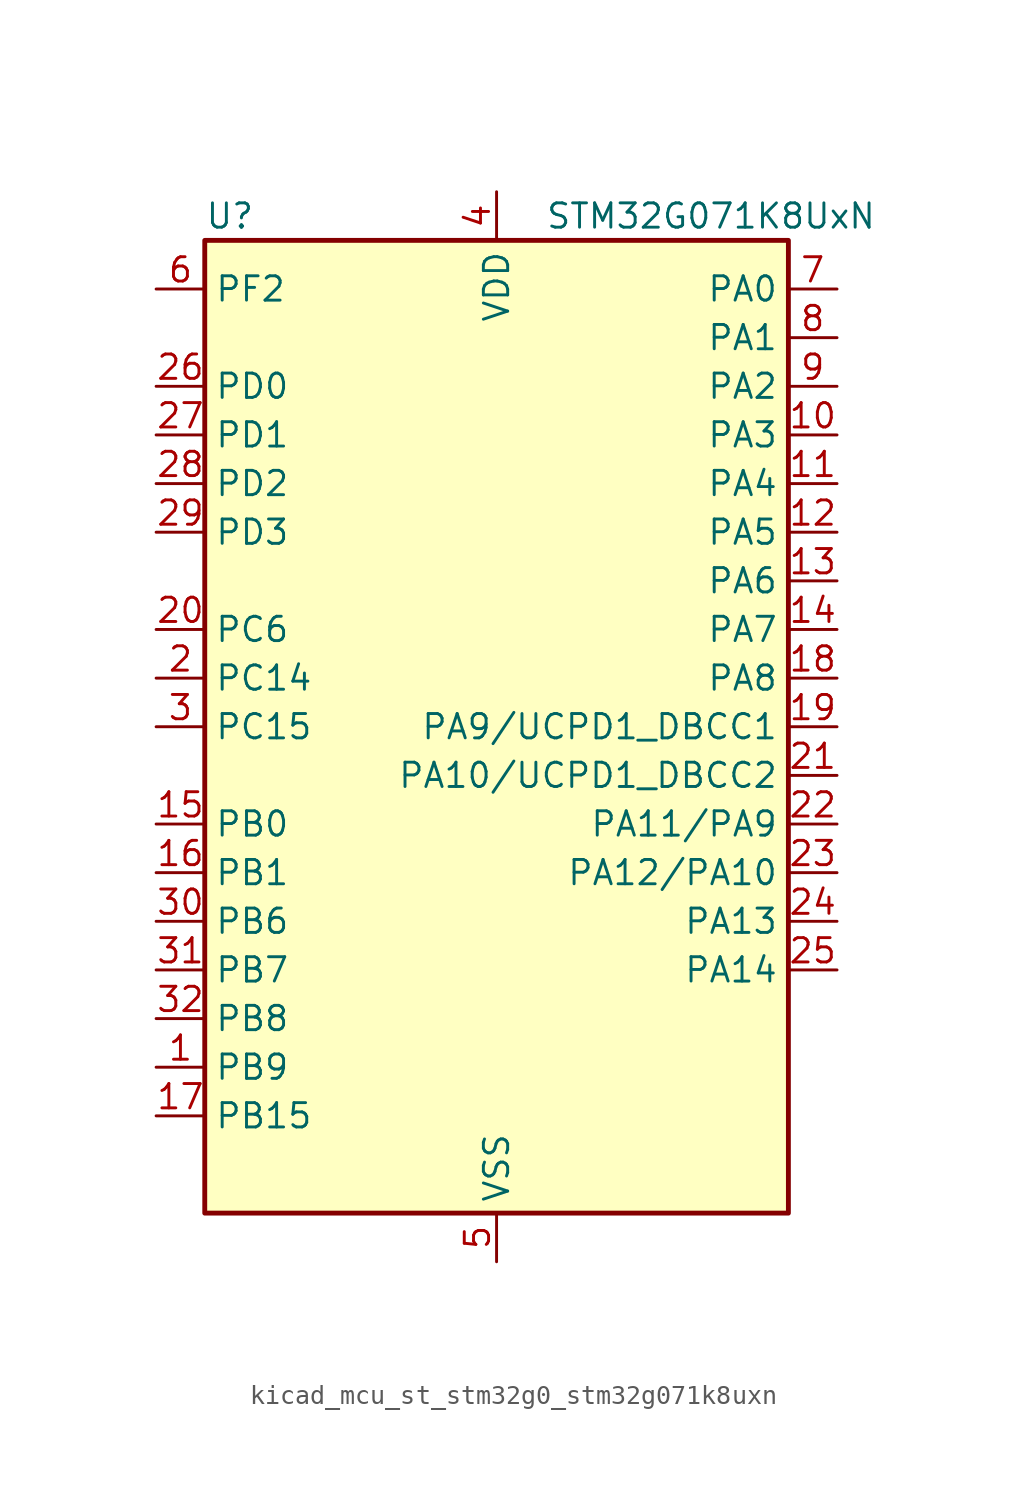
<source format=kicad_sym>
(kicad_symbol_lib
  (version 20220914)
  (generator kicad_symbol_editor)
  (symbol "kicad_mcu_st_stm32g0_stm32g071k8uxn"
    (property "Reference" "U"
      (at -15.24 26.67 0)
      (effects (font (size 1.27 1.27)) (justify left)))
    (property "Value" "STM32G071K8UxN"
      (at 2.54 26.67 0)
      (effects (font (size 1.27 1.27)) (justify left)))
    (property "ki_locked" ""
      (at 0 0 0)
      (effects (font (size 1.27 1.27))))
    (symbol "kicad_mcu_st_stm32g0_stm32g071k8uxn_0_1"
      (rectangle (start -15.24 -25.4) (end 15.24 25.4) (stroke (width 0.254) (type default)) (fill (type background))))
    (symbol "kicad_mcu_st_stm32g0_stm32g071k8uxn_1_1"
      (pin bidirectional line (at -17.78 -17.78 0) (length 2.54) (name "PB9" (effects (font (size 1.27 1.27)))) (number "1" (effects (font (size 1.27 1.27)))) (alternate "DAC1_EXTI9" bidirectional line) (alternate "I2C1_SDA" bidirectional line) (alternate "IR_OUT" bidirectional line) (alternate "SPI2_NSS" bidirectional line) (alternate "TIM17_CH1" bidirectional line) (alternate "UCPD2_FRSTX1" bidirectional line) (alternate "UCPD2_FRSTX2" bidirectional line) (alternate "USART3_RX" bidirectional line))
      (pin bidirectional line (at 17.78 15.24 180) (length 2.54) (name "PA3" (effects (font (size 1.27 1.27)))) (number "10" (effects (font (size 1.27 1.27)))) (alternate "ADC1_IN3" bidirectional line) (alternate "COMP2_INP" bidirectional line) (alternate "LPUART1_RX" bidirectional line) (alternate "SPI2_MISO" bidirectional line) (alternate "TIM15_CH2" bidirectional line) (alternate "TIM2_CH4" bidirectional line) (alternate "UCPD2_FRSTX1" bidirectional line) (alternate "UCPD2_FRSTX2" bidirectional line) (alternate "USART2_RX" bidirectional line))
      (pin bidirectional line (at 17.78 12.7 180) (length 2.54) (name "PA4" (effects (font (size 1.27 1.27)))) (number "11" (effects (font (size 1.27 1.27)))) (alternate "ADC1_IN4" bidirectional line) (alternate "DAC1_OUT1" bidirectional line) (alternate "I2S1_WS" bidirectional line) (alternate "LPTIM2_OUT" bidirectional line) (alternate "RTC_OUT_ALARM" bidirectional line) (alternate "RTC_OUT_CALIB" bidirectional line) (alternate "RTC_TAMP_IN1" bidirectional line) (alternate "RTC_TS" bidirectional line) (alternate "SPI1_NSS" bidirectional line) (alternate "SPI2_MOSI" bidirectional line) (alternate "SYS_WKUP2" bidirectional line) (alternate "TIM14_CH1" bidirectional line) (alternate "UCPD2_FRSTX1" bidirectional line) (alternate "UCPD2_FRSTX2" bidirectional line))
      (pin bidirectional line (at 17.78 10.16 180) (length 2.54) (name "PA5" (effects (font (size 1.27 1.27)))) (number "12" (effects (font (size 1.27 1.27)))) (alternate "ADC1_IN5" bidirectional line) (alternate "CEC" bidirectional line) (alternate "DAC1_OUT2" bidirectional line) (alternate "I2S1_CK" bidirectional line) (alternate "LPTIM2_ETR" bidirectional line) (alternate "SPI1_SCK" bidirectional line) (alternate "TIM2_CH1" bidirectional line) (alternate "TIM2_ETR" bidirectional line) (alternate "UCPD1_FRSTX1" bidirectional line) (alternate "UCPD1_FRSTX2" bidirectional line) (alternate "USART3_TX" bidirectional line))
      (pin bidirectional line (at 17.78 7.62 180) (length 2.54) (name "PA6" (effects (font (size 1.27 1.27)))) (number "13" (effects (font (size 1.27 1.27)))) (alternate "ADC1_IN6" bidirectional line) (alternate "COMP1_OUT" bidirectional line) (alternate "I2S1_MCK" bidirectional line) (alternate "LPUART1_CTS" bidirectional line) (alternate "SPI1_MISO" bidirectional line) (alternate "TIM16_CH1" bidirectional line) (alternate "TIM1_BK" bidirectional line) (alternate "TIM3_CH1" bidirectional line) (alternate "USART3_CTS" bidirectional line) (alternate "USART3_NSS" bidirectional line))
      (pin bidirectional line (at 17.78 5.08 180) (length 2.54) (name "PA7" (effects (font (size 1.27 1.27)))) (number "14" (effects (font (size 1.27 1.27)))) (alternate "ADC1_IN7" bidirectional line) (alternate "COMP2_OUT" bidirectional line) (alternate "I2S1_SD" bidirectional line) (alternate "SPI1_MOSI" bidirectional line) (alternate "TIM14_CH1" bidirectional line) (alternate "TIM17_CH1" bidirectional line) (alternate "TIM1_CH1N" bidirectional line) (alternate "TIM3_CH2" bidirectional line) (alternate "UCPD1_FRSTX1" bidirectional line) (alternate "UCPD1_FRSTX2" bidirectional line))
      (pin bidirectional line (at -17.78 -5.08 0) (length 2.54) (name "PB0" (effects (font (size 1.27 1.27)))) (number "15" (effects (font (size 1.27 1.27)))) (alternate "ADC1_IN8" bidirectional line) (alternate "COMP1_OUT" bidirectional line) (alternate "I2S1_WS" bidirectional line) (alternate "LPTIM1_OUT" bidirectional line) (alternate "SPI1_NSS" bidirectional line) (alternate "TIM1_CH2N" bidirectional line) (alternate "TIM3_CH3" bidirectional line) (alternate "UCPD1_FRSTX1" bidirectional line) (alternate "UCPD1_FRSTX2" bidirectional line) (alternate "USART3_RX" bidirectional line))
      (pin bidirectional line (at -17.78 -7.62 0) (length 2.54) (name "PB1" (effects (font (size 1.27 1.27)))) (number "16" (effects (font (size 1.27 1.27)))) (alternate "ADC1_IN9" bidirectional line) (alternate "COMP1_INM" bidirectional line) (alternate "LPTIM2_IN1" bidirectional line) (alternate "LPUART1_DE" bidirectional line) (alternate "LPUART1_RTS" bidirectional line) (alternate "TIM14_CH1" bidirectional line) (alternate "TIM1_CH3N" bidirectional line) (alternate "TIM3_CH4" bidirectional line) (alternate "USART3_CK" bidirectional line) (alternate "USART3_DE" bidirectional line) (alternate "USART3_RTS" bidirectional line))
      (pin bidirectional line (at -17.78 -20.32 0) (length 2.54) (name "PB15" (effects (font (size 1.27 1.27)))) (number "17" (effects (font (size 1.27 1.27)))) (alternate "RTC_REFIN" bidirectional line) (alternate "SPI2_MOSI" bidirectional line) (alternate "TIM15_CH1N" bidirectional line) (alternate "TIM15_CH2" bidirectional line) (alternate "TIM1_CH3N" bidirectional line) (alternate "UCPD1_CC2" bidirectional line))
      (pin bidirectional line (at 17.78 2.54 180) (length 2.54) (name "PA8" (effects (font (size 1.27 1.27)))) (number "18" (effects (font (size 1.27 1.27)))) (alternate "LPTIM2_OUT" bidirectional line) (alternate "RCC_MCO" bidirectional line) (alternate "SPI2_NSS" bidirectional line) (alternate "TIM1_CH1" bidirectional line) (alternate "UCPD1_CC1" bidirectional line))
      (pin bidirectional line (at 17.78 0 180) (length 2.54) (name "PA9/UCPD1_DBCC1" (effects (font (size 1.27 1.27)))) (number "19" (effects (font (size 1.27 1.27)))) (alternate "DAC1_EXTI9" bidirectional line) (alternate "I2C1_SCL" bidirectional line) (alternate "RCC_MCO" bidirectional line) (alternate "SPI2_MISO" bidirectional line) (alternate "TIM15_BK" bidirectional line) (alternate "TIM1_CH2" bidirectional line) (alternate "UCPD1_DBCC1" bidirectional line) (alternate "USART1_TX" bidirectional line))
      (pin bidirectional line (at -17.78 2.54 0) (length 2.54) (name "PC14" (effects (font (size 1.27 1.27)))) (number "2" (effects (font (size 1.27 1.27)))) (alternate "RCC_OSC32_IN" bidirectional line) (alternate "RCC_OSC_IN" bidirectional line) (alternate "TIM1_BK2" bidirectional line))
      (pin bidirectional line (at -17.78 5.08 0) (length 2.54) (name "PC6" (effects (font (size 1.27 1.27)))) (number "20" (effects (font (size 1.27 1.27)))) (alternate "TIM2_CH3" bidirectional line) (alternate "TIM3_CH1" bidirectional line) (alternate "UCPD1_FRSTX1" bidirectional line) (alternate "UCPD1_FRSTX2" bidirectional line))
      (pin bidirectional line (at 17.78 -2.54 180) (length 2.54) (name "PA10/UCPD1_DBCC2" (effects (font (size 1.27 1.27)))) (number "21" (effects (font (size 1.27 1.27)))) (alternate "I2C1_SDA" bidirectional line) (alternate "SPI2_MOSI" bidirectional line) (alternate "TIM17_BK" bidirectional line) (alternate "TIM1_CH3" bidirectional line) (alternate "UCPD1_DBCC2" bidirectional line) (alternate "USART1_RX" bidirectional line))
      (pin bidirectional line (at 17.78 -5.08 180) (length 2.54) (name "PA11/PA9" (effects (font (size 1.27 1.27)))) (number "22" (effects (font (size 1.27 1.27)))) (alternate "ADC1_EXTI11" bidirectional line) (alternate "COMP1_OUT" bidirectional line) (alternate "I2C2_SCL" bidirectional line) (alternate "I2S1_MCK" bidirectional line) (alternate "SPI1_MISO" bidirectional line) (alternate "TIM1_BK2" bidirectional line) (alternate "TIM1_CH4" bidirectional line) (alternate "USART1_CTS" bidirectional line) (alternate "USART1_NSS" bidirectional line))
      (pin bidirectional line (at 17.78 -7.62 180) (length 2.54) (name "PA12/PA10" (effects (font (size 1.27 1.27)))) (number "23" (effects (font (size 1.27 1.27)))) (alternate "COMP2_OUT" bidirectional line) (alternate "I2C2_SDA" bidirectional line) (alternate "I2S1_SD" bidirectional line) (alternate "I2S_CKIN" bidirectional line) (alternate "SPI1_MOSI" bidirectional line) (alternate "TIM1_ETR" bidirectional line) (alternate "USART1_CK" bidirectional line) (alternate "USART1_DE" bidirectional line) (alternate "USART1_RTS" bidirectional line))
      (pin bidirectional line (at 17.78 -10.16 180) (length 2.54) (name "PA13" (effects (font (size 1.27 1.27)))) (number "24" (effects (font (size 1.27 1.27)))) (alternate "IR_OUT" bidirectional line) (alternate "SYS_SWDIO" bidirectional line))
      (pin bidirectional line (at 17.78 -12.7 180) (length 2.54) (name "PA14" (effects (font (size 1.27 1.27)))) (number "25" (effects (font (size 1.27 1.27)))) (alternate "SYS_SWCLK" bidirectional line) (alternate "USART2_TX" bidirectional line))
      (pin bidirectional line (at -17.78 17.78 0) (length 2.54) (name "PD0" (effects (font (size 1.27 1.27)))) (number "26" (effects (font (size 1.27 1.27)))) (alternate "SPI2_NSS" bidirectional line) (alternate "TIM16_CH1" bidirectional line) (alternate "UCPD2_CC1" bidirectional line))
      (pin bidirectional line (at -17.78 15.24 0) (length 2.54) (name "PD1" (effects (font (size 1.27 1.27)))) (number "27" (effects (font (size 1.27 1.27)))) (alternate "SPI2_SCK" bidirectional line) (alternate "TIM17_CH1" bidirectional line) (alternate "UCPD2_DBCC1" bidirectional line))
      (pin bidirectional line (at -17.78 12.7 0) (length 2.54) (name "PD2" (effects (font (size 1.27 1.27)))) (number "28" (effects (font (size 1.27 1.27)))) (alternate "TIM1_CH1N" bidirectional line) (alternate "TIM3_ETR" bidirectional line) (alternate "UCPD2_CC2" bidirectional line) (alternate "USART3_CK" bidirectional line) (alternate "USART3_DE" bidirectional line) (alternate "USART3_RTS" bidirectional line))
      (pin bidirectional line (at -17.78 10.16 0) (length 2.54) (name "PD3" (effects (font (size 1.27 1.27)))) (number "29" (effects (font (size 1.27 1.27)))) (alternate "SPI2_MISO" bidirectional line) (alternate "TIM1_CH2N" bidirectional line) (alternate "UCPD2_DBCC2" bidirectional line) (alternate "USART2_CTS" bidirectional line) (alternate "USART2_NSS" bidirectional line))
      (pin bidirectional line (at -17.78 0 0) (length 2.54) (name "PC15" (effects (font (size 1.27 1.27)))) (number "3" (effects (font (size 1.27 1.27)))) (alternate "RCC_OSC32_EN" bidirectional line) (alternate "RCC_OSC32_OUT" bidirectional line) (alternate "RCC_OSC_EN" bidirectional line) (alternate "TIM15_BK" bidirectional line))
      (pin bidirectional line (at -17.78 -10.16 0) (length 2.54) (name "PB6" (effects (font (size 1.27 1.27)))) (number "30" (effects (font (size 1.27 1.27)))) (alternate "COMP2_INP" bidirectional line) (alternate "I2C1_SCL" bidirectional line) (alternate "LPTIM1_ETR" bidirectional line) (alternate "SPI2_MISO" bidirectional line) (alternate "TIM16_CH1N" bidirectional line) (alternate "TIM1_CH3" bidirectional line) (alternate "USART1_TX" bidirectional line))
      (pin bidirectional line (at -17.78 -12.7 0) (length 2.54) (name "PB7" (effects (font (size 1.27 1.27)))) (number "31" (effects (font (size 1.27 1.27)))) (alternate "COMP2_INM" bidirectional line) (alternate "I2C1_SDA" bidirectional line) (alternate "LPTIM1_IN2" bidirectional line) (alternate "SPI2_MOSI" bidirectional line) (alternate "SYS_PVD_IN" bidirectional line) (alternate "TIM17_CH1N" bidirectional line) (alternate "USART1_RX" bidirectional line) (alternate "USART4_CTS" bidirectional line) (alternate "USART4_NSS" bidirectional line))
      (pin bidirectional line (at -17.78 -15.24 0) (length 2.54) (name "PB8" (effects (font (size 1.27 1.27)))) (number "32" (effects (font (size 1.27 1.27)))) (alternate "CEC" bidirectional line) (alternate "I2C1_SCL" bidirectional line) (alternate "SPI2_SCK" bidirectional line) (alternate "TIM15_BK" bidirectional line) (alternate "TIM16_CH1" bidirectional line) (alternate "USART3_TX" bidirectional line))
      (pin passive line (at 0 -27.94 90) (length 2.54) hide (name "VSS" (effects (font (size 1.27 1.27)))) (number "33" (effects (font (size 1.27 1.27)))))
      (pin power_in line (at 0 27.94 270) (length 2.54) (name "VDD" (effects (font (size 1.27 1.27)))) (number "4" (effects (font (size 1.27 1.27)))))
      (pin power_in line (at 0 -27.94 90) (length 2.54) (name "VSS" (effects (font (size 1.27 1.27)))) (number "5" (effects (font (size 1.27 1.27)))))
      (pin bidirectional line (at -17.78 22.86 0) (length 2.54) (name "PF2" (effects (font (size 1.27 1.27)))) (number "6" (effects (font (size 1.27 1.27)))) (alternate "RCC_MCO" bidirectional line))
      (pin bidirectional line (at 17.78 22.86 180) (length 2.54) (name "PA0" (effects (font (size 1.27 1.27)))) (number "7" (effects (font (size 1.27 1.27)))) (alternate "ADC1_IN0" bidirectional line) (alternate "COMP1_INM" bidirectional line) (alternate "COMP1_OUT" bidirectional line) (alternate "LPTIM1_OUT" bidirectional line) (alternate "RTC_TAMP_IN2" bidirectional line) (alternate "SPI2_SCK" bidirectional line) (alternate "SYS_WKUP1" bidirectional line) (alternate "TIM2_CH1" bidirectional line) (alternate "TIM2_ETR" bidirectional line) (alternate "UCPD2_FRSTX1" bidirectional line) (alternate "UCPD2_FRSTX2" bidirectional line) (alternate "USART2_CTS" bidirectional line) (alternate "USART2_NSS" bidirectional line) (alternate "USART4_TX" bidirectional line))
      (pin bidirectional line (at 17.78 20.32 180) (length 2.54) (name "PA1" (effects (font (size 1.27 1.27)))) (number "8" (effects (font (size 1.27 1.27)))) (alternate "ADC1_IN1" bidirectional line) (alternate "COMP1_INP" bidirectional line) (alternate "I2C1_SMBA" bidirectional line) (alternate "I2S1_CK" bidirectional line) (alternate "SPI1_SCK" bidirectional line) (alternate "TIM15_CH1N" bidirectional line) (alternate "TIM2_CH2" bidirectional line) (alternate "USART2_CK" bidirectional line) (alternate "USART2_DE" bidirectional line) (alternate "USART2_RTS" bidirectional line) (alternate "USART4_RX" bidirectional line))
      (pin bidirectional line (at 17.78 17.78 180) (length 2.54) (name "PA2" (effects (font (size 1.27 1.27)))) (number "9" (effects (font (size 1.27 1.27)))) (alternate "ADC1_IN2" bidirectional line) (alternate "COMP2_INM" bidirectional line) (alternate "COMP2_OUT" bidirectional line) (alternate "I2S1_SD" bidirectional line) (alternate "LPUART1_TX" bidirectional line) (alternate "RCC_LSCO" bidirectional line) (alternate "SPI1_MOSI" bidirectional line) (alternate "SYS_WKUP4" bidirectional line) (alternate "TIM15_CH1" bidirectional line) (alternate "TIM2_CH3" bidirectional line) (alternate "UCPD1_FRSTX1" bidirectional line) (alternate "UCPD1_FRSTX2" bidirectional line) (alternate "USART2_TX" bidirectional line)))))
</source>
